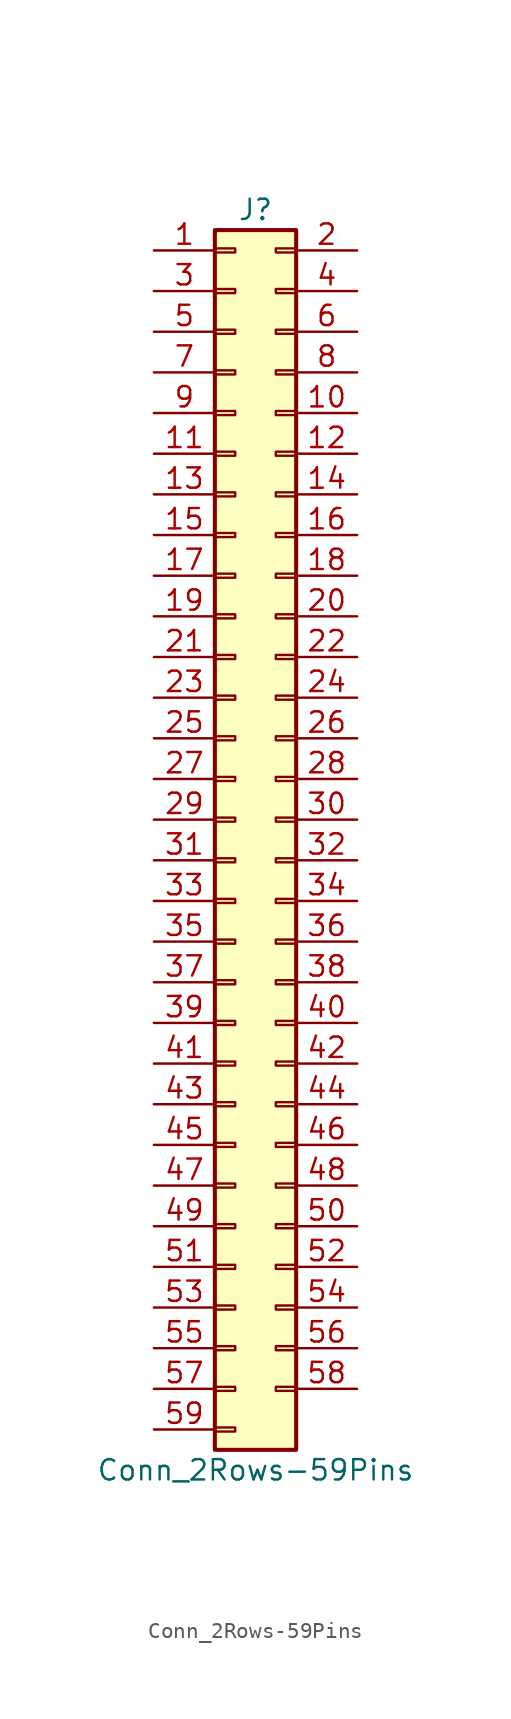
<source format=kicad_sym>
(kicad_symbol_lib
  (version 20201005)
  (generator kicad_symbol_editor)
  (symbol "Conn_2Rows-59Pins"
    (pin_names
      (offset 1.016) hide)
    (property "Reference" "J"
      (at 1.27 38.1 0)
      (effects (font (size 1.27 1.27))))
    (property "Value" "Conn_2Rows-59Pins"
      (at 1.27 -40.64 0)
      (effects (font (size 1.27 1.27))))
    (symbol "Conn_2Rows-59Pins_1_1"
      (rectangle (start -1.27 -37.973) (end 0 -38.227) (stroke (width 0.152)) (fill (type none)))
      (rectangle (start -1.27 -35.433) (end 0 -35.687) (stroke (width 0.152)) (fill (type none)))
      (rectangle (start -1.27 -32.893) (end 0 -33.147) (stroke (width 0.152)) (fill (type none)))
      (rectangle (start -1.27 -30.353) (end 0 -30.607) (stroke (width 0.152)) (fill (type none)))
      (rectangle (start -1.27 -27.813) (end 0 -28.067) (stroke (width 0.152)) (fill (type none)))
      (rectangle (start -1.27 -25.273) (end 0 -25.527) (stroke (width 0.152)) (fill (type none)))
      (rectangle (start -1.27 -22.733) (end 0 -22.987) (stroke (width 0.152)) (fill (type none)))
      (rectangle (start -1.27 -20.193) (end 0 -20.447) (stroke (width 0.152)) (fill (type none)))
      (rectangle (start -1.27 -17.653) (end 0 -17.907) (stroke (width 0.152)) (fill (type none)))
      (rectangle (start -1.27 -15.113) (end 0 -15.367) (stroke (width 0.152)) (fill (type none)))
      (rectangle (start -1.27 -12.573) (end 0 -12.827) (stroke (width 0.152)) (fill (type none)))
      (rectangle (start -1.27 -10.033) (end 0 -10.287) (stroke (width 0.152)) (fill (type none)))
      (rectangle (start -1.27 -7.493) (end 0 -7.747) (stroke (width 0.152)) (fill (type none)))
      (rectangle (start -1.27 -4.953) (end 0 -5.207) (stroke (width 0.152)) (fill (type none)))
      (rectangle (start -1.27 -2.413) (end 0 -2.667) (stroke (width 0.152)) (fill (type none)))
      (rectangle (start -1.27 0.127) (end 0 -0.127) (stroke (width 0.152)) (fill (type none)))
      (rectangle (start -1.27 2.667) (end 0 2.413) (stroke (width 0.152)) (fill (type none)))
      (rectangle (start -1.27 5.207) (end 0 4.953) (stroke (width 0.152)) (fill (type none)))
      (rectangle (start -1.27 7.747) (end 0 7.493) (stroke (width 0.152)) (fill (type none)))
      (rectangle (start -1.27 10.287) (end 0 10.033) (stroke (width 0.152)) (fill (type none)))
      (rectangle (start -1.27 12.827) (end 0 12.573) (stroke (width 0.152)) (fill (type none)))
      (rectangle (start -1.27 15.367) (end 0 15.113) (stroke (width 0.152)) (fill (type none)))
      (rectangle (start -1.27 17.907) (end 0 17.653) (stroke (width 0.152)) (fill (type none)))
      (rectangle (start -1.27 20.447) (end 0 20.193) (stroke (width 0.152)) (fill (type none)))
      (rectangle (start -1.27 22.987) (end 0 22.733) (stroke (width 0.152)) (fill (type none)))
      (rectangle (start -1.27 25.527) (end 0 25.273) (stroke (width 0.152)) (fill (type none)))
      (rectangle (start -1.27 28.067) (end 0 27.813) (stroke (width 0.152)) (fill (type none)))
      (rectangle (start -1.27 30.607) (end 0 30.353) (stroke (width 0.152)) (fill (type none)))
      (rectangle (start -1.27 33.147) (end 0 32.893) (stroke (width 0.152)) (fill (type none)))
      (rectangle (start -1.27 35.687) (end 0 35.433) (stroke (width 0.152)) (fill (type none)))
      (rectangle (start -1.27 36.83) (end 3.81 -39.37) (stroke (width 0.254)) (fill (type background)))
      (rectangle (start 3.81 -35.433) (end 2.54 -35.687) (stroke (width 0.152)) (fill (type none)))
      (rectangle (start 3.81 -32.893) (end 2.54 -33.147) (stroke (width 0.152)) (fill (type none)))
      (rectangle (start 3.81 -30.353) (end 2.54 -30.607) (stroke (width 0.152)) (fill (type none)))
      (rectangle (start 3.81 -27.813) (end 2.54 -28.067) (stroke (width 0.152)) (fill (type none)))
      (rectangle (start 3.81 -25.273) (end 2.54 -25.527) (stroke (width 0.152)) (fill (type none)))
      (rectangle (start 3.81 -22.733) (end 2.54 -22.987) (stroke (width 0.152)) (fill (type none)))
      (rectangle (start 3.81 -20.193) (end 2.54 -20.447) (stroke (width 0.152)) (fill (type none)))
      (rectangle (start 3.81 -17.653) (end 2.54 -17.907) (stroke (width 0.152)) (fill (type none)))
      (rectangle (start 3.81 -15.113) (end 2.54 -15.367) (stroke (width 0.152)) (fill (type none)))
      (rectangle (start 3.81 -12.573) (end 2.54 -12.827) (stroke (width 0.152)) (fill (type none)))
      (rectangle (start 3.81 -10.033) (end 2.54 -10.287) (stroke (width 0.152)) (fill (type none)))
      (rectangle (start 3.81 -7.493) (end 2.54 -7.747) (stroke (width 0.152)) (fill (type none)))
      (rectangle (start 3.81 -4.953) (end 2.54 -5.207) (stroke (width 0.152)) (fill (type none)))
      (rectangle (start 3.81 -2.413) (end 2.54 -2.667) (stroke (width 0.152)) (fill (type none)))
      (rectangle (start 3.81 0.127) (end 2.54 -0.127) (stroke (width 0.152)) (fill (type none)))
      (rectangle (start 3.81 2.667) (end 2.54 2.413) (stroke (width 0.152)) (fill (type none)))
      (rectangle (start 3.81 5.207) (end 2.54 4.953) (stroke (width 0.152)) (fill (type none)))
      (rectangle (start 3.81 7.747) (end 2.54 7.493) (stroke (width 0.152)) (fill (type none)))
      (rectangle (start 3.81 10.287) (end 2.54 10.033) (stroke (width 0.152)) (fill (type none)))
      (rectangle (start 3.81 12.827) (end 2.54 12.573) (stroke (width 0.152)) (fill (type none)))
      (rectangle (start 3.81 15.367) (end 2.54 15.113) (stroke (width 0.152)) (fill (type none)))
      (rectangle (start 3.81 17.907) (end 2.54 17.653) (stroke (width 0.152)) (fill (type none)))
      (rectangle (start 3.81 20.447) (end 2.54 20.193) (stroke (width 0.152)) (fill (type none)))
      (rectangle (start 3.81 22.987) (end 2.54 22.733) (stroke (width 0.152)) (fill (type none)))
      (rectangle (start 3.81 25.527) (end 2.54 25.273) (stroke (width 0.152)) (fill (type none)))
      (rectangle (start 3.81 28.067) (end 2.54 27.813) (stroke (width 0.152)) (fill (type none)))
      (rectangle (start 3.81 30.607) (end 2.54 30.353) (stroke (width 0.152)) (fill (type none)))
      (rectangle (start 3.81 33.147) (end 2.54 32.893) (stroke (width 0.152)) (fill (type none)))
      (rectangle (start 3.81 35.687) (end 2.54 35.433) (stroke (width 0.152)) (fill (type none)))
      (pin passive line (at -5.08 35.56 0) (length 3.81) (name "Pin_1" (effects (font (size 1.27 1.27)))) (number "1" (effects (font (size 1.27 1.27)))))
      (pin passive line (at 7.62 25.4 180) (length 3.81) (name "Pin_10" (effects (font (size 1.27 1.27)))) (number "10" (effects (font (size 1.27 1.27)))))
      (pin passive line (at -5.08 22.86 0) (length 3.81) (name "Pin_11" (effects (font (size 1.27 1.27)))) (number "11" (effects (font (size 1.27 1.27)))))
      (pin passive line (at 7.62 22.86 180) (length 3.81) (name "Pin_12" (effects (font (size 1.27 1.27)))) (number "12" (effects (font (size 1.27 1.27)))))
      (pin passive line (at -5.08 20.32 0) (length 3.81) (name "Pin_13" (effects (font (size 1.27 1.27)))) (number "13" (effects (font (size 1.27 1.27)))))
      (pin passive line (at 7.62 20.32 180) (length 3.81) (name "Pin_14" (effects (font (size 1.27 1.27)))) (number "14" (effects (font (size 1.27 1.27)))))
      (pin passive line (at -5.08 17.78 0) (length 3.81) (name "Pin_15" (effects (font (size 1.27 1.27)))) (number "15" (effects (font (size 1.27 1.27)))))
      (pin passive line (at 7.62 17.78 180) (length 3.81) (name "Pin_16" (effects (font (size 1.27 1.27)))) (number "16" (effects (font (size 1.27 1.27)))))
      (pin passive line (at -5.08 15.24 0) (length 3.81) (name "Pin_17" (effects (font (size 1.27 1.27)))) (number "17" (effects (font (size 1.27 1.27)))))
      (pin passive line (at 7.62 15.24 180) (length 3.81) (name "Pin_18" (effects (font (size 1.27 1.27)))) (number "18" (effects (font (size 1.27 1.27)))))
      (pin passive line (at -5.08 12.7 0) (length 3.81) (name "Pin_19" (effects (font (size 1.27 1.27)))) (number "19" (effects (font (size 1.27 1.27)))))
      (pin passive line (at 7.62 35.56 180) (length 3.81) (name "Pin_2" (effects (font (size 1.27 1.27)))) (number "2" (effects (font (size 1.27 1.27)))))
      (pin passive line (at 7.62 12.7 180) (length 3.81) (name "Pin_20" (effects (font (size 1.27 1.27)))) (number "20" (effects (font (size 1.27 1.27)))))
      (pin passive line (at -5.08 10.16 0) (length 3.81) (name "Pin_21" (effects (font (size 1.27 1.27)))) (number "21" (effects (font (size 1.27 1.27)))))
      (pin passive line (at 7.62 10.16 180) (length 3.81) (name "Pin_22" (effects (font (size 1.27 1.27)))) (number "22" (effects (font (size 1.27 1.27)))))
      (pin passive line (at -5.08 7.62 0) (length 3.81) (name "Pin_23" (effects (font (size 1.27 1.27)))) (number "23" (effects (font (size 1.27 1.27)))))
      (pin passive line (at 7.62 7.62 180) (length 3.81) (name "Pin_24" (effects (font (size 1.27 1.27)))) (number "24" (effects (font (size 1.27 1.27)))))
      (pin passive line (at -5.08 5.08 0) (length 3.81) (name "Pin_25" (effects (font (size 1.27 1.27)))) (number "25" (effects (font (size 1.27 1.27)))))
      (pin passive line (at 7.62 5.08 180) (length 3.81) (name "Pin_26" (effects (font (size 1.27 1.27)))) (number "26" (effects (font (size 1.27 1.27)))))
      (pin passive line (at -5.08 2.54 0) (length 3.81) (name "Pin_27" (effects (font (size 1.27 1.27)))) (number "27" (effects (font (size 1.27 1.27)))))
      (pin passive line (at 7.62 2.54 180) (length 3.81) (name "Pin_28" (effects (font (size 1.27 1.27)))) (number "28" (effects (font (size 1.27 1.27)))))
      (pin passive line (at -5.08 0 0) (length 3.81) (name "Pin_29" (effects (font (size 1.27 1.27)))) (number "29" (effects (font (size 1.27 1.27)))))
      (pin passive line (at -5.08 33.02 0) (length 3.81) (name "Pin_3" (effects (font (size 1.27 1.27)))) (number "3" (effects (font (size 1.27 1.27)))))
      (pin passive line (at 7.62 0 180) (length 3.81) (name "Pin_30" (effects (font (size 1.27 1.27)))) (number "30" (effects (font (size 1.27 1.27)))))
      (pin passive line (at -5.08 -2.54 0) (length 3.81) (name "Pin_31" (effects (font (size 1.27 1.27)))) (number "31" (effects (font (size 1.27 1.27)))))
      (pin passive line (at 7.62 -2.54 180) (length 3.81) (name "Pin_32" (effects (font (size 1.27 1.27)))) (number "32" (effects (font (size 1.27 1.27)))))
      (pin passive line (at -5.08 -5.08 0) (length 3.81) (name "Pin_33" (effects (font (size 1.27 1.27)))) (number "33" (effects (font (size 1.27 1.27)))))
      (pin passive line (at 7.62 -5.08 180) (length 3.81) (name "Pin_34" (effects (font (size 1.27 1.27)))) (number "34" (effects (font (size 1.27 1.27)))))
      (pin passive line (at -5.08 -7.62 0) (length 3.81) (name "Pin_35" (effects (font (size 1.27 1.27)))) (number "35" (effects (font (size 1.27 1.27)))))
      (pin passive line (at 7.62 -7.62 180) (length 3.81) (name "Pin_36" (effects (font (size 1.27 1.27)))) (number "36" (effects (font (size 1.27 1.27)))))
      (pin passive line (at -5.08 -10.16 0) (length 3.81) (name "Pin_37" (effects (font (size 1.27 1.27)))) (number "37" (effects (font (size 1.27 1.27)))))
      (pin passive line (at 7.62 -10.16 180) (length 3.81) (name "Pin_38" (effects (font (size 1.27 1.27)))) (number "38" (effects (font (size 1.27 1.27)))))
      (pin passive line (at -5.08 -12.7 0) (length 3.81) (name "Pin_39" (effects (font (size 1.27 1.27)))) (number "39" (effects (font (size 1.27 1.27)))))
      (pin passive line (at 7.62 33.02 180) (length 3.81) (name "Pin_4" (effects (font (size 1.27 1.27)))) (number "4" (effects (font (size 1.27 1.27)))))
      (pin passive line (at 7.62 -12.7 180) (length 3.81) (name "Pin_40" (effects (font (size 1.27 1.27)))) (number "40" (effects (font (size 1.27 1.27)))))
      (pin passive line (at -5.08 -15.24 0) (length 3.81) (name "Pin_41" (effects (font (size 1.27 1.27)))) (number "41" (effects (font (size 1.27 1.27)))))
      (pin passive line (at 7.62 -15.24 180) (length 3.81) (name "Pin_42" (effects (font (size 1.27 1.27)))) (number "42" (effects (font (size 1.27 1.27)))))
      (pin passive line (at -5.08 -17.78 0) (length 3.81) (name "Pin_43" (effects (font (size 1.27 1.27)))) (number "43" (effects (font (size 1.27 1.27)))))
      (pin passive line (at 7.62 -17.78 180) (length 3.81) (name "Pin_44" (effects (font (size 1.27 1.27)))) (number "44" (effects (font (size 1.27 1.27)))))
      (pin passive line (at -5.08 -20.32 0) (length 3.81) (name "Pin_45" (effects (font (size 1.27 1.27)))) (number "45" (effects (font (size 1.27 1.27)))))
      (pin passive line (at 7.62 -20.32 180) (length 3.81) (name "Pin_46" (effects (font (size 1.27 1.27)))) (number "46" (effects (font (size 1.27 1.27)))))
      (pin passive line (at -5.08 -22.86 0) (length 3.81) (name "Pin_47" (effects (font (size 1.27 1.27)))) (number "47" (effects (font (size 1.27 1.27)))))
      (pin passive line (at 7.62 -22.86 180) (length 3.81) (name "Pin_48" (effects (font (size 1.27 1.27)))) (number "48" (effects (font (size 1.27 1.27)))))
      (pin passive line (at -5.08 -25.4 0) (length 3.81) (name "Pin_49" (effects (font (size 1.27 1.27)))) (number "49" (effects (font (size 1.27 1.27)))))
      (pin passive line (at -5.08 30.48 0) (length 3.81) (name "Pin_5" (effects (font (size 1.27 1.27)))) (number "5" (effects (font (size 1.27 1.27)))))
      (pin passive line (at 7.62 -25.4 180) (length 3.81) (name "Pin_50" (effects (font (size 1.27 1.27)))) (number "50" (effects (font (size 1.27 1.27)))))
      (pin passive line (at -5.08 -27.94 0) (length 3.81) (name "Pin_51" (effects (font (size 1.27 1.27)))) (number "51" (effects (font (size 1.27 1.27)))))
      (pin passive line (at 7.62 -27.94 180) (length 3.81) (name "Pin_52" (effects (font (size 1.27 1.27)))) (number "52" (effects (font (size 1.27 1.27)))))
      (pin passive line (at -5.08 -30.48 0) (length 3.81) (name "Pin_53" (effects (font (size 1.27 1.27)))) (number "53" (effects (font (size 1.27 1.27)))))
      (pin passive line (at 7.62 -30.48 180) (length 3.81) (name "Pin_54" (effects (font (size 1.27 1.27)))) (number "54" (effects (font (size 1.27 1.27)))))
      (pin passive line (at -5.08 -33.02 0) (length 3.81) (name "Pin_55" (effects (font (size 1.27 1.27)))) (number "55" (effects (font (size 1.27 1.27)))))
      (pin passive line (at 7.62 -33.02 180) (length 3.81) (name "Pin_56" (effects (font (size 1.27 1.27)))) (number "56" (effects (font (size 1.27 1.27)))))
      (pin passive line (at -5.08 -35.56 0) (length 3.81) (name "Pin_57" (effects (font (size 1.27 1.27)))) (number "57" (effects (font (size 1.27 1.27)))))
      (pin passive line (at 7.62 -35.56 180) (length 3.81) (name "Pin_58" (effects (font (size 1.27 1.27)))) (number "58" (effects (font (size 1.27 1.27)))))
      (pin passive line (at -5.08 -38.1 0) (length 3.81) (name "Pin_59" (effects (font (size 1.27 1.27)))) (number "59" (effects (font (size 1.27 1.27)))))
      (pin passive line (at 7.62 30.48 180) (length 3.81) (name "Pin_6" (effects (font (size 1.27 1.27)))) (number "6" (effects (font (size 1.27 1.27)))))
      (pin passive line (at -5.08 27.94 0) (length 3.81) (name "Pin_7" (effects (font (size 1.27 1.27)))) (number "7" (effects (font (size 1.27 1.27)))))
      (pin passive line (at 7.62 27.94 180) (length 3.81) (name "Pin_8" (effects (font (size 1.27 1.27)))) (number "8" (effects (font (size 1.27 1.27)))))
      (pin passive line (at -5.08 25.4 0) (length 3.81) (name "Pin_9" (effects (font (size 1.27 1.27)))) (number "9" (effects (font (size 1.27 1.27))))))))
</source>
